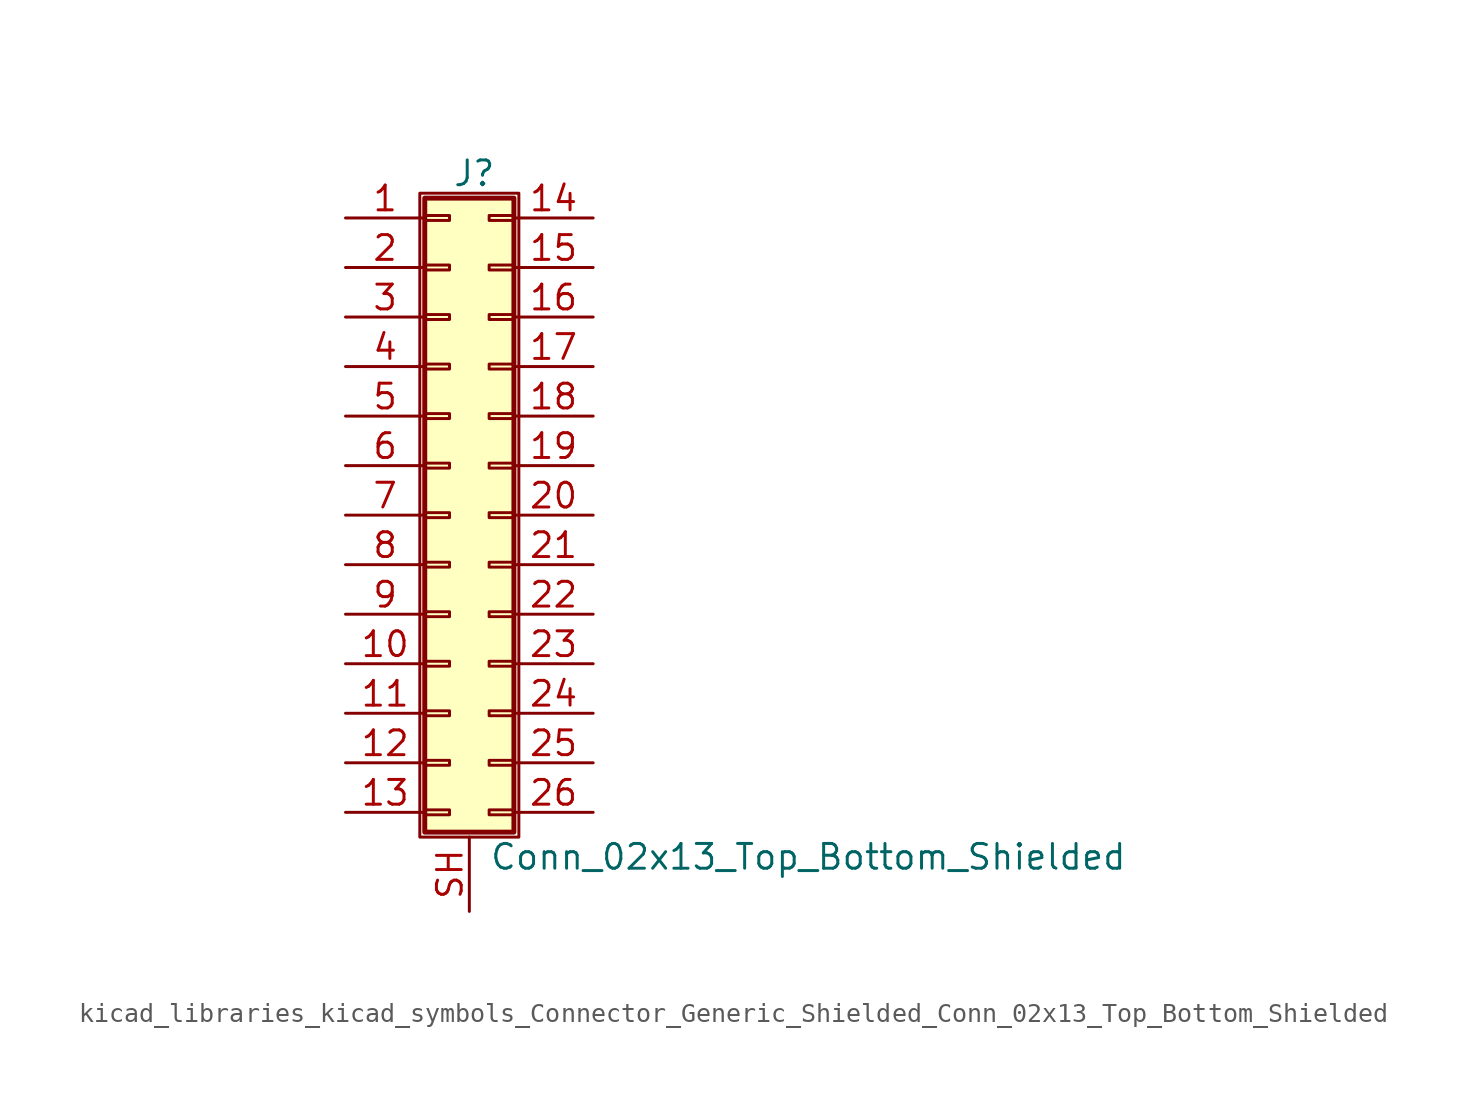
<source format=kicad_sym>
(kicad_symbol_lib
  (version 20220914)
  (generator kicad_symbol_editor)
  (symbol "kicad_libraries_kicad_symbols_Connector_Generic_Shielded_Conn_02x13_Top_Bottom_Shielded"
    (pin_names
      (offset 1.016) hide)
    (property "Reference" "J"
      (at 1.524 17.526 0)
      (effects (font (size 1.27 1.27))))
    (property "Value" "Conn_02x13_Top_Bottom_Shielded"
      (at 2.286 -17.526 0)
      (effects (font (size 1.27 1.27)) (justify left)))
    (symbol "kicad_libraries_kicad_symbols_Connector_Generic_Shielded_Conn_02x13_Top_Bottom_Shielded_1_1"
      (rectangle (start -1.27 16.51) (end 3.81 -16.51) (stroke (width 0.152) (type default)) (fill (type none)))
      (rectangle (start -1.016 -15.113) (end 0.254 -15.367) (stroke (width 0.152) (type default)) (fill (type none)))
      (rectangle (start -1.016 -12.573) (end 0.254 -12.827) (stroke (width 0.152) (type default)) (fill (type none)))
      (rectangle (start -1.016 -10.033) (end 0.254 -10.287) (stroke (width 0.152) (type default)) (fill (type none)))
      (rectangle (start -1.016 -7.493) (end 0.254 -7.747) (stroke (width 0.152) (type default)) (fill (type none)))
      (rectangle (start -1.016 -4.953) (end 0.254 -5.207) (stroke (width 0.152) (type default)) (fill (type none)))
      (rectangle (start -1.016 -2.413) (end 0.254 -2.667) (stroke (width 0.152) (type default)) (fill (type none)))
      (rectangle (start -1.016 0.127) (end 0.254 -0.127) (stroke (width 0.152) (type default)) (fill (type none)))
      (rectangle (start -1.016 2.667) (end 0.254 2.413) (stroke (width 0.152) (type default)) (fill (type none)))
      (rectangle (start -1.016 5.207) (end 0.254 4.953) (stroke (width 0.152) (type default)) (fill (type none)))
      (rectangle (start -1.016 7.747) (end 0.254 7.493) (stroke (width 0.152) (type default)) (fill (type none)))
      (rectangle (start -1.016 10.287) (end 0.254 10.033) (stroke (width 0.152) (type default)) (fill (type none)))
      (rectangle (start -1.016 12.827) (end 0.254 12.573) (stroke (width 0.152) (type default)) (fill (type none)))
      (rectangle (start -1.016 15.367) (end 0.254 15.113) (stroke (width 0.152) (type default)) (fill (type none)))
      (rectangle (start -1.016 16.256) (end 3.556 -16.256) (stroke (width 0.254) (type default)) (fill (type background)))
      (rectangle (start 3.556 -15.113) (end 2.286 -15.367) (stroke (width 0.152) (type default)) (fill (type none)))
      (rectangle (start 3.556 -12.573) (end 2.286 -12.827) (stroke (width 0.152) (type default)) (fill (type none)))
      (rectangle (start 3.556 -10.033) (end 2.286 -10.287) (stroke (width 0.152) (type default)) (fill (type none)))
      (rectangle (start 3.556 -7.493) (end 2.286 -7.747) (stroke (width 0.152) (type default)) (fill (type none)))
      (rectangle (start 3.556 -4.953) (end 2.286 -5.207) (stroke (width 0.152) (type default)) (fill (type none)))
      (rectangle (start 3.556 -2.413) (end 2.286 -2.667) (stroke (width 0.152) (type default)) (fill (type none)))
      (rectangle (start 3.556 0.127) (end 2.286 -0.127) (stroke (width 0.152) (type default)) (fill (type none)))
      (rectangle (start 3.556 2.667) (end 2.286 2.413) (stroke (width 0.152) (type default)) (fill (type none)))
      (rectangle (start 3.556 5.207) (end 2.286 4.953) (stroke (width 0.152) (type default)) (fill (type none)))
      (rectangle (start 3.556 7.747) (end 2.286 7.493) (stroke (width 0.152) (type default)) (fill (type none)))
      (rectangle (start 3.556 10.287) (end 2.286 10.033) (stroke (width 0.152) (type default)) (fill (type none)))
      (rectangle (start 3.556 12.827) (end 2.286 12.573) (stroke (width 0.152) (type default)) (fill (type none)))
      (rectangle (start 3.556 15.367) (end 2.286 15.113) (stroke (width 0.152) (type default)) (fill (type none)))
      (pin passive line (at -5.08 15.24 0) (length 4.064) (name "Pin_1" (effects (font (size 1.27 1.27)))) (number "1" (effects (font (size 1.27 1.27)))))
      (pin passive line (at -5.08 -7.62 0) (length 4.064) (name "Pin_10" (effects (font (size 1.27 1.27)))) (number "10" (effects (font (size 1.27 1.27)))))
      (pin passive line (at -5.08 -10.16 0) (length 4.064) (name "Pin_11" (effects (font (size 1.27 1.27)))) (number "11" (effects (font (size 1.27 1.27)))))
      (pin passive line (at -5.08 -12.7 0) (length 4.064) (name "Pin_12" (effects (font (size 1.27 1.27)))) (number "12" (effects (font (size 1.27 1.27)))))
      (pin passive line (at -5.08 -15.24 0) (length 4.064) (name "Pin_13" (effects (font (size 1.27 1.27)))) (number "13" (effects (font (size 1.27 1.27)))))
      (pin passive line (at 7.62 15.24 180) (length 4.064) (name "Pin_14" (effects (font (size 1.27 1.27)))) (number "14" (effects (font (size 1.27 1.27)))))
      (pin passive line (at 7.62 12.7 180) (length 4.064) (name "Pin_15" (effects (font (size 1.27 1.27)))) (number "15" (effects (font (size 1.27 1.27)))))
      (pin passive line (at 7.62 10.16 180) (length 4.064) (name "Pin_16" (effects (font (size 1.27 1.27)))) (number "16" (effects (font (size 1.27 1.27)))))
      (pin passive line (at 7.62 7.62 180) (length 4.064) (name "Pin_17" (effects (font (size 1.27 1.27)))) (number "17" (effects (font (size 1.27 1.27)))))
      (pin passive line (at 7.62 5.08 180) (length 4.064) (name "Pin_18" (effects (font (size 1.27 1.27)))) (number "18" (effects (font (size 1.27 1.27)))))
      (pin passive line (at 7.62 2.54 180) (length 4.064) (name "Pin_19" (effects (font (size 1.27 1.27)))) (number "19" (effects (font (size 1.27 1.27)))))
      (pin passive line (at -5.08 12.7 0) (length 4.064) (name "Pin_2" (effects (font (size 1.27 1.27)))) (number "2" (effects (font (size 1.27 1.27)))))
      (pin passive line (at 7.62 0 180) (length 4.064) (name "Pin_20" (effects (font (size 1.27 1.27)))) (number "20" (effects (font (size 1.27 1.27)))))
      (pin passive line (at 7.62 -2.54 180) (length 4.064) (name "Pin_21" (effects (font (size 1.27 1.27)))) (number "21" (effects (font (size 1.27 1.27)))))
      (pin passive line (at 7.62 -5.08 180) (length 4.064) (name "Pin_22" (effects (font (size 1.27 1.27)))) (number "22" (effects (font (size 1.27 1.27)))))
      (pin passive line (at 7.62 -7.62 180) (length 4.064) (name "Pin_23" (effects (font (size 1.27 1.27)))) (number "23" (effects (font (size 1.27 1.27)))))
      (pin passive line (at 7.62 -10.16 180) (length 4.064) (name "Pin_24" (effects (font (size 1.27 1.27)))) (number "24" (effects (font (size 1.27 1.27)))))
      (pin passive line (at 7.62 -12.7 180) (length 4.064) (name "Pin_25" (effects (font (size 1.27 1.27)))) (number "25" (effects (font (size 1.27 1.27)))))
      (pin passive line (at 7.62 -15.24 180) (length 4.064) (name "Pin_26" (effects (font (size 1.27 1.27)))) (number "26" (effects (font (size 1.27 1.27)))))
      (pin passive line (at -5.08 10.16 0) (length 4.064) (name "Pin_3" (effects (font (size 1.27 1.27)))) (number "3" (effects (font (size 1.27 1.27)))))
      (pin passive line (at -5.08 7.62 0) (length 4.064) (name "Pin_4" (effects (font (size 1.27 1.27)))) (number "4" (effects (font (size 1.27 1.27)))))
      (pin passive line (at -5.08 5.08 0) (length 4.064) (name "Pin_5" (effects (font (size 1.27 1.27)))) (number "5" (effects (font (size 1.27 1.27)))))
      (pin passive line (at -5.08 2.54 0) (length 4.064) (name "Pin_6" (effects (font (size 1.27 1.27)))) (number "6" (effects (font (size 1.27 1.27)))))
      (pin passive line (at -5.08 0 0) (length 4.064) (name "Pin_7" (effects (font (size 1.27 1.27)))) (number "7" (effects (font (size 1.27 1.27)))))
      (pin passive line (at -5.08 -2.54 0) (length 4.064) (name "Pin_8" (effects (font (size 1.27 1.27)))) (number "8" (effects (font (size 1.27 1.27)))))
      (pin passive line (at -5.08 -5.08 0) (length 4.064) (name "Pin_9" (effects (font (size 1.27 1.27)))) (number "9" (effects (font (size 1.27 1.27)))))
      (pin passive line (at 1.27 -20.32 90) (length 3.81) (name "Shield" (effects (font (size 1.27 1.27)))) (number "SH" (effects (font (size 1.27 1.27))))))))
</source>
